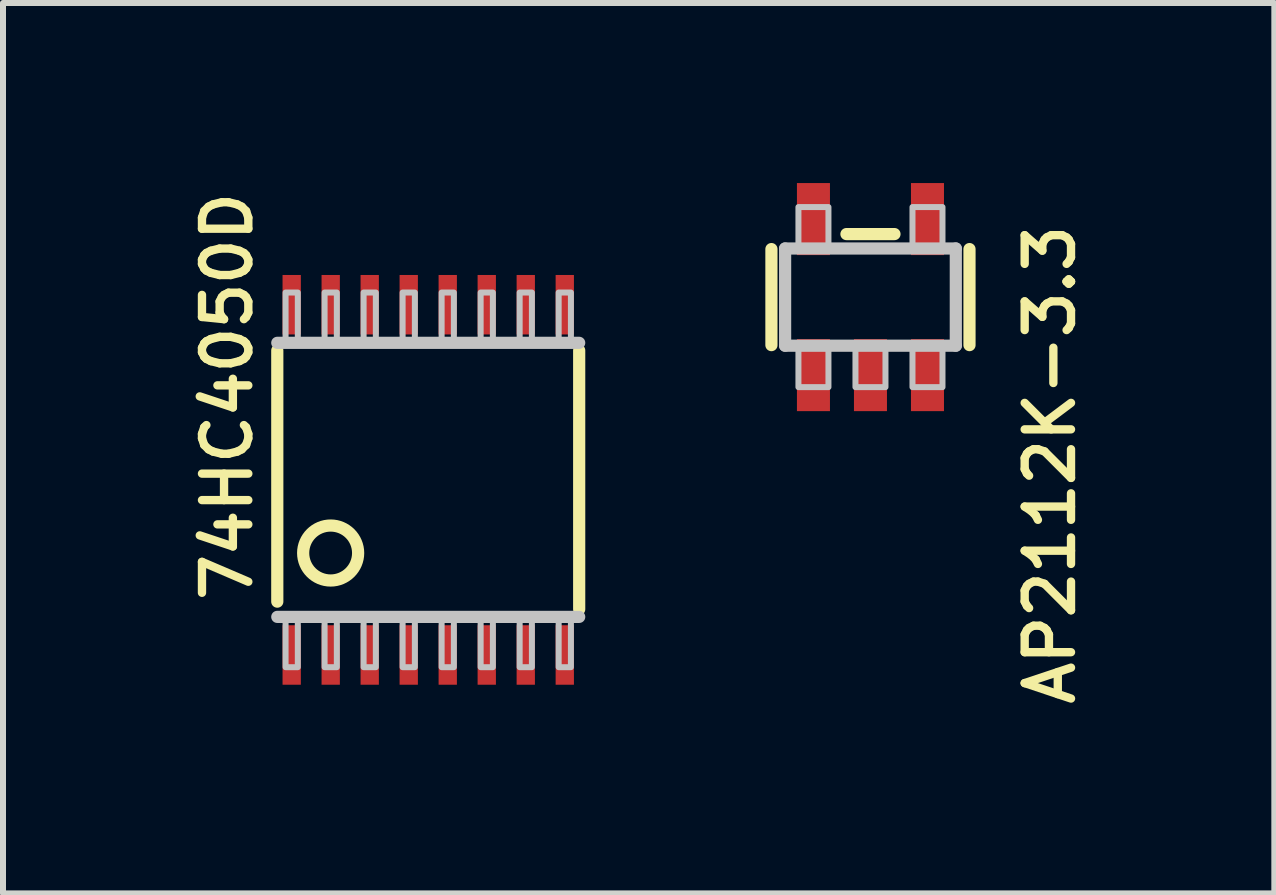
<source format=kicad_pcb>
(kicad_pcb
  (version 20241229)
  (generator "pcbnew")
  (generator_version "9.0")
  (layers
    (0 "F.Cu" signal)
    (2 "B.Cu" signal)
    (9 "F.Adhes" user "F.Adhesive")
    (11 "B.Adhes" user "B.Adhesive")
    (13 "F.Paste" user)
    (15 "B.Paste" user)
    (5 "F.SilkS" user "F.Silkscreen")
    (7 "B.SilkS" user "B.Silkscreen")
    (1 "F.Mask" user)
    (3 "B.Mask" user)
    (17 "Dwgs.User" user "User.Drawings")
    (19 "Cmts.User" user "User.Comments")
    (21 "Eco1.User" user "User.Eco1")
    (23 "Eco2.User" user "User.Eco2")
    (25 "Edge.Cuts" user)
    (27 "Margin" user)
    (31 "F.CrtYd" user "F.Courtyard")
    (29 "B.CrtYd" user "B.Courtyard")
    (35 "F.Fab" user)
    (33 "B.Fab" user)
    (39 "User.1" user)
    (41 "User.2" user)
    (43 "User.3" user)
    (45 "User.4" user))
  (footprint "AP2112K-3.3"
    (layer "F.Cu")
    (at 11.453 1.9)
    (property "Reference" "AP2112K-3.3" (at 2.54 -1.27 270) (layer "F.SilkS") (effects (font (size 0.772 0.772) (thickness 0.139)) (justify right top)))
    (attr through_hole)
    (fp_line (start -1.65 -0.8) (end -1.65 0.8) (stroke (width 0.203) (type solid)) (layer "F.SilkS"))
    (fp_line (start -0.4 -1.05) (end 0.4 -1.05) (stroke (width 0.203) (type solid)) (layer "F.SilkS"))
    (fp_line (start 1.65 -0.8) (end 1.65 0.8) (stroke (width 0.203) (type solid)) (layer "F.SilkS"))
    (fp_line (start -1.422 -0.81) (end 1.422 -0.81) (stroke (width 0.203) (type solid)) (layer "Dwgs.User"))
    (fp_line (start -1.422 0.81) (end -1.422 -0.81) (stroke (width 0.203) (type solid)) (layer "Dwgs.User"))
    (fp_line (start 1.422 -0.81) (end 1.422 0.81) (stroke (width 0.203) (type solid)) (layer "Dwgs.User"))
    (fp_line (start 1.422 0.81) (end -1.422 0.81) (stroke (width 0.203) (type solid)) (layer "Dwgs.User"))
    (fp_poly (pts (xy -1.2 -0.85) (xy -0.7 -0.85) (xy -0.7 -1.5) (xy -1.2 -1.5)) (stroke (width 0.1) (type solid)) (fill no) (layer "Dwgs.User"))
    (fp_poly (pts (xy -1.2 1.5) (xy -0.7 1.5) (xy -0.7 0.85) (xy -1.2 0.85)) (stroke (width 0.1) (type solid)) (fill no) (layer "Dwgs.User"))
    (fp_poly (pts (xy -0.25 1.5) (xy 0.25 1.5) (xy 0.25 0.85) (xy -0.25 0.85)) (stroke (width 0.1) (type solid)) (fill no) (layer "Dwgs.User"))
    (fp_poly (pts (xy 0.7 -0.85) (xy 1.2 -0.85) (xy 1.2 -1.5) (xy 0.7 -1.5)) (stroke (width 0.1) (type solid)) (fill no) (layer "Dwgs.User"))
    (fp_poly (pts (xy 0.7 1.5) (xy 1.2 1.5) (xy 1.2 0.85) (xy 0.7 0.85)) (stroke (width 0.1) (type solid)) (fill no) (layer "Dwgs.User"))
    (pad "1" smd rect (at -0.95 1.3) (size 0.55 1.2) (layers "F.Cu" "F.Mask" "F.Paste"))
    (pad "2" smd rect (at 0 1.3) (size 0.55 1.2) (layers "F.Cu" "F.Mask" "F.Paste"))
    (pad "3" smd rect (at 0.95 1.3) (size 0.55 1.2) (layers "F.Cu" "F.Mask" "F.Paste"))
    (pad "4" smd rect (at 0.95 -1.3) (size 0.55 1.2) (layers "F.Cu" "F.Mask" "F.Paste"))
    (pad "5" smd rect (at -0.95 -1.3) (size 0.55 1.2) (layers "F.Cu" "F.Mask" "F.Paste")))
  (footprint "74HC4050D"
    (layer "F.Cu")
    (at 4.085 4.945)
    (property "Reference" "74HC4050D" (at -2.896 2.083 270) (layer "F.SilkS") (effects (font (size 0.772 0.772) (thickness 0.139)) (justify left bottom)))
    (attr through_hole)
    (fp_line (start -2.515 2.029) (end -2.515 -2.156) (stroke (width 0.203) (type solid)) (layer "F.SilkS"))
    (fp_line (start 2.515 -2.156) (end 2.515 2.156) (stroke (width 0.203) (type solid)) (layer "F.SilkS"))
    (fp_circle (center -1.626 1.219) (end -1.168 1.219) (stroke (width 0.203) (type solid)) (fill no) (layer "F.SilkS"))
    (fp_line (start -2.515 2.283) (end 2.515 2.283) (stroke (width 0.203) (type solid)) (layer "Dwgs.User"))
    (fp_line (start 2.515 -2.283) (end -2.515 -2.283) (stroke (width 0.203) (type solid)) (layer "Dwgs.User"))
    (fp_poly (pts (xy -2.377 -2.283) (xy -2.173 -2.283) (xy -2.173 -3.121) (xy -2.377 -3.121)) (stroke (width 0.1) (type solid)) (fill no) (layer "Dwgs.User"))
    (fp_poly (pts (xy -2.377 3.121) (xy -2.173 3.121) (xy -2.173 2.283) (xy -2.377 2.283)) (stroke (width 0.1) (type solid)) (fill no) (layer "Dwgs.User"))
    (fp_poly (pts (xy -1.727 -2.283) (xy -1.523 -2.283) (xy -1.523 -3.121) (xy -1.727 -3.121)) (stroke (width 0.1) (type solid)) (fill no) (layer "Dwgs.User"))
    (fp_poly (pts (xy -1.727 3.121) (xy -1.523 3.121) (xy -1.523 2.283) (xy -1.727 2.283)) (stroke (width 0.1) (type solid)) (fill no) (layer "Dwgs.User"))
    (fp_poly (pts (xy -1.077 -2.283) (xy -0.873 -2.283) (xy -0.873 -3.121) (xy -1.077 -3.121)) (stroke (width 0.1) (type solid)) (fill no) (layer "Dwgs.User"))
    (fp_poly (pts (xy -1.077 3.121) (xy -0.873 3.121) (xy -0.873 2.283) (xy -1.077 2.283)) (stroke (width 0.1) (type solid)) (fill no) (layer "Dwgs.User"))
    (fp_poly (pts (xy -0.427 -2.283) (xy -0.223 -2.283) (xy -0.223 -3.121) (xy -0.427 -3.121)) (stroke (width 0.1) (type solid)) (fill no) (layer "Dwgs.User"))
    (fp_poly (pts (xy -0.427 3.121) (xy -0.223 3.121) (xy -0.223 2.283) (xy -0.427 2.283)) (stroke (width 0.1) (type solid)) (fill no) (layer "Dwgs.User"))
    (fp_poly (pts (xy 0.223 -2.283) (xy 0.427 -2.283) (xy 0.427 -3.121) (xy 0.223 -3.121)) (stroke (width 0.1) (type solid)) (fill no) (layer "Dwgs.User"))
    (fp_poly (pts (xy 0.223 3.121) (xy 0.427 3.121) (xy 0.427 2.283) (xy 0.223 2.283)) (stroke (width 0.1) (type solid)) (fill no) (layer "Dwgs.User"))
    (fp_poly (pts (xy 0.873 -2.283) (xy 1.077 -2.283) (xy 1.077 -3.121) (xy 0.873 -3.121)) (stroke (width 0.1) (type solid)) (fill no) (layer "Dwgs.User"))
    (fp_poly (pts (xy 0.873 3.121) (xy 1.077 3.121) (xy 1.077 2.283) (xy 0.873 2.283)) (stroke (width 0.1) (type solid)) (fill no) (layer "Dwgs.User"))
    (fp_poly (pts (xy 1.523 -2.283) (xy 1.727 -2.283) (xy 1.727 -3.121) (xy 1.523 -3.121)) (stroke (width 0.1) (type solid)) (fill no) (layer "Dwgs.User"))
    (fp_poly (pts (xy 1.523 3.121) (xy 1.727 3.121) (xy 1.727 2.283) (xy 1.523 2.283)) (stroke (width 0.1) (type solid)) (fill no) (layer "Dwgs.User"))
    (fp_poly (pts (xy 2.173 -2.283) (xy 2.377 -2.283) (xy 2.377 -3.121) (xy 2.173 -3.121)) (stroke (width 0.1) (type solid)) (fill no) (layer "Dwgs.User"))
    (fp_poly (pts (xy 2.173 3.121) (xy 2.377 3.121) (xy 2.377 2.283) (xy 2.173 2.283)) (stroke (width 0.1) (type solid)) (fill no) (layer "Dwgs.User"))
    (pad "1" smd rect (at -2.275 2.918) (size 0.305 0.991) (layers "F.Cu" "F.Mask" "F.Paste"))
    (pad "2" smd rect (at -1.625 2.918) (size 0.305 0.991) (layers "F.Cu" "F.Mask" "F.Paste"))
    (pad "3" smd rect (at -0.975 2.918) (size 0.305 0.991) (layers "F.Cu" "F.Mask" "F.Paste"))
    (pad "4" smd rect (at -0.325 2.918) (size 0.305 0.991) (layers "F.Cu" "F.Mask" "F.Paste"))
    (pad "5" smd rect (at 0.325 2.918) (size 0.305 0.991) (layers "F.Cu" "F.Mask" "F.Paste"))
    (pad "6" smd rect (at 0.975 2.918) (size 0.305 0.991) (layers "F.Cu" "F.Mask" "F.Paste"))
    (pad "7" smd rect (at 1.625 2.918) (size 0.305 0.991) (layers "F.Cu" "F.Mask" "F.Paste"))
    (pad "8" smd rect (at 2.275 2.918) (size 0.305 0.991) (layers "F.Cu" "F.Mask" "F.Paste"))
    (pad "9" smd rect (at 2.275 -2.918) (size 0.305 0.991) (layers "F.Cu" "F.Mask" "F.Paste"))
    (pad "10" smd rect (at 1.625 -2.918) (size 0.305 0.991) (layers "F.Cu" "F.Mask" "F.Paste"))
    (pad "11" smd rect (at 0.975 -2.918) (size 0.305 0.991) (layers "F.Cu" "F.Mask" "F.Paste"))
    (pad "12" smd rect (at 0.325 -2.918) (size 0.305 0.991) (layers "F.Cu" "F.Mask" "F.Paste"))
    (pad "13" smd rect (at -0.325 -2.918) (size 0.305 0.991) (layers "F.Cu" "F.Mask" "F.Paste"))
    (pad "14" smd rect (at -0.975 -2.918) (size 0.305 0.991) (layers "F.Cu" "F.Mask" "F.Paste"))
    (pad "15" smd rect (at -1.625 -2.918) (size 0.305 0.991) (layers "F.Cu" "F.Mask" "F.Paste"))
    (pad "16" smd rect (at -2.275 -2.918) (size 0.305 0.991) (layers "F.Cu" "F.Mask" "F.Paste")))
  (gr_rect
    (start -3 -3)
    (end 18.182 11.835)
    (stroke (width 0.1) (type default))
    (fill no)
    (layer "Edge.Cuts")))
</source>
